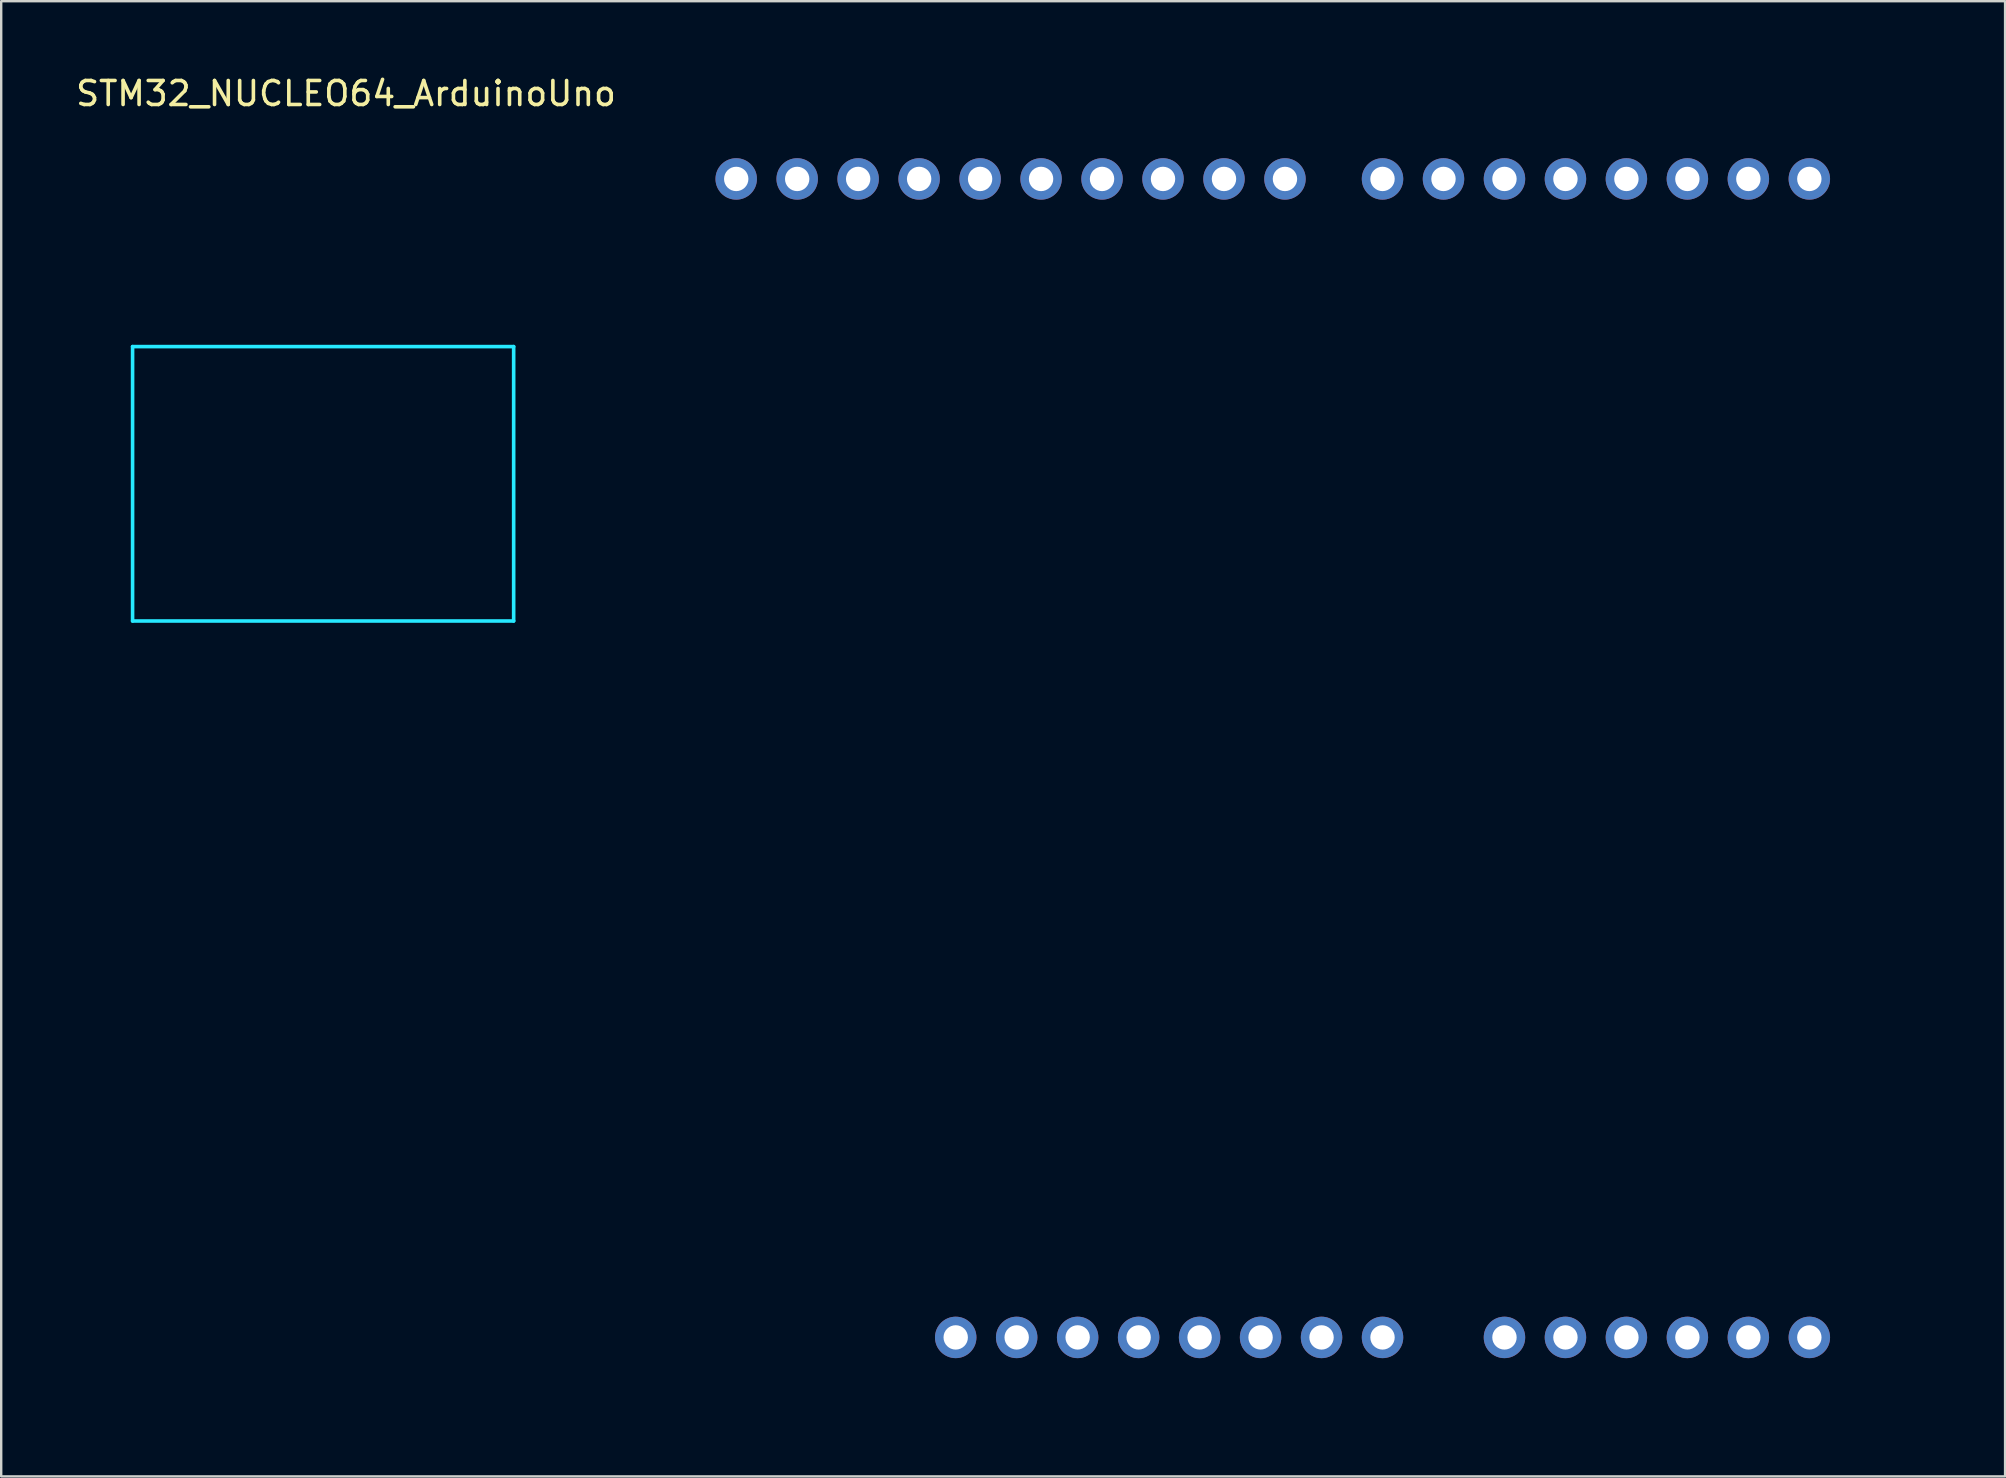
<source format=kicad_pcb>
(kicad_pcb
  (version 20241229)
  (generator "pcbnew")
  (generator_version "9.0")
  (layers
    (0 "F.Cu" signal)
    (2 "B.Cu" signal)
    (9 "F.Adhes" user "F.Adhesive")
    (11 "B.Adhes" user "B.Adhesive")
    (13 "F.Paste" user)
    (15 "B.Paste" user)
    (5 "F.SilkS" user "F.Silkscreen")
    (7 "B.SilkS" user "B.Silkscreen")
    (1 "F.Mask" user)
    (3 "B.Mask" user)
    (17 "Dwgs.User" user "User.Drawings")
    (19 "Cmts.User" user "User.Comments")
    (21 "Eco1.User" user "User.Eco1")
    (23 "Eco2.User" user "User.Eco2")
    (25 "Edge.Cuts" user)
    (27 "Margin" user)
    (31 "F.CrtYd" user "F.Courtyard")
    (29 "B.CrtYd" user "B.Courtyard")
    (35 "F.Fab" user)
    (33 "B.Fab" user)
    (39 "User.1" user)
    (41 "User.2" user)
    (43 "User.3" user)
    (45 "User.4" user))
  (footprint "STM32_NUCLEO64_ArduinoUno"
    (layer "F.Cu")
    (at 8.823 55.204)
    (property "Reference" "STM32_NUCLEO64_ArduinoUno" (at 2.54 -54.356 0) (layer "F.SilkS") (effects (font (size 1 1) (thickness 0.15))))
    (attr through_hole exclude_from_bom)
    (fp_line (start -6.35 -43.815) (end -6.35 -32.385) (stroke (width 0.15) (type solid)) (layer "B.CrtYd"))
    (fp_line (start 9.525 -43.815) (end -6.35 -43.815) (stroke (width 0.15) (type solid)) (layer "B.CrtYd"))
    (fp_line (start 9.525 -43.815) (end 9.525 -32.385) (stroke (width 0.15) (type solid)) (layer "B.CrtYd"))
    (fp_line (start 9.525 -32.385) (end -6.35 -32.385) (stroke (width 0.15) (type solid)) (layer "B.CrtYd"))
    (fp_line (start 0 -53.34) (end 0 0) (stroke (width 0.15) (type solid)) (layer "User.1"))
    (fp_line (start 0 -53.34) (end 64.516 -53.34) (stroke (width 0.15) (type solid)) (layer "User.1"))
    (fp_line (start 0 0) (end 66.04 0) (stroke (width 0.15) (type solid)) (layer "User.1"))
    (fp_line (start 64.516 -53.34) (end 66.04 -51.816) (stroke (width 0.15) (type solid)) (layer "User.1"))
    (fp_line (start 66.04 -40.64) (end 66.04 -51.816) (stroke (width 0.15) (type solid)) (layer "User.1"))
    (fp_line (start 66.04 -1.27) (end 68.58 -3.81) (stroke (width 0.15) (type solid)) (layer "User.1"))
    (fp_line (start 66.04 0) (end 66.04 -1.27) (stroke (width 0.15) (type solid)) (layer "User.1"))
    (fp_line (start 68.58 -38.1) (end 66.04 -40.64) (stroke (width 0.15) (type solid)) (layer "User.1"))
    (fp_line (start 68.58 -3.81) (end 68.58 -38.1) (stroke (width 0.15) (type solid)) (layer "User.1"))
    (pad "1" thru_hole oval (at 27.94 -2.54) (size 1.727 1.727) (drill 1.016) (layers "*.Cu" "*.Mask"))
    (pad "2" thru_hole oval (at 30.48 -2.54) (size 1.727 1.727) (drill 1.016) (layers "*.Cu" "*.Mask"))
    (pad "3" thru_hole oval (at 33.02 -2.54) (size 1.727 1.727) (drill 1.016) (layers "*.Cu" "*.Mask"))
    (pad "4" thru_hole oval (at 35.56 -2.54) (size 1.727 1.727) (drill 1.016) (layers "*.Cu" "*.Mask"))
    (pad "5" thru_hole oval (at 38.1 -2.54) (size 1.727 1.727) (drill 1.016) (layers "*.Cu" "*.Mask"))
    (pad "6" thru_hole oval (at 40.64 -2.54) (size 1.727 1.727) (drill 1.016) (layers "*.Cu" "*.Mask"))
    (pad "7" thru_hole oval (at 43.18 -2.54) (size 1.727 1.727) (drill 1.016) (layers "*.Cu" "*.Mask"))
    (pad "8" thru_hole oval (at 45.72 -2.54) (size 1.727 1.727) (drill 1.016) (layers "*.Cu" "*.Mask"))
    (pad "9" thru_hole oval (at 50.8 -2.54) (size 1.727 1.727) (drill 1.016) (layers "*.Cu" "*.Mask"))
    (pad "10" thru_hole oval (at 53.34 -2.54) (size 1.727 1.727) (drill 1.016) (layers "*.Cu" "*.Mask"))
    (pad "11" thru_hole oval (at 55.88 -2.54) (size 1.727 1.727) (drill 1.016) (layers "*.Cu" "*.Mask"))
    (pad "12" thru_hole oval (at 58.42 -2.54) (size 1.727 1.727) (drill 1.016) (layers "*.Cu" "*.Mask"))
    (pad "13" thru_hole oval (at 60.96 -2.54) (size 1.727 1.727) (drill 1.016) (layers "*.Cu" "*.Mask"))
    (pad "14" thru_hole oval (at 63.5 -2.54) (size 1.727 1.727) (drill 1.016) (layers "*.Cu" "*.Mask"))
    (pad "15" thru_hole oval (at 63.5 -50.8) (size 1.727 1.727) (drill 1.016) (layers "*.Cu" "*.Mask"))
    (pad "16" thru_hole oval (at 60.96 -50.8) (size 1.727 1.727) (drill 1.016) (layers "*.Cu" "*.Mask"))
    (pad "17" thru_hole oval (at 58.42 -50.8) (size 1.727 1.727) (drill 1.016) (layers "*.Cu" "*.Mask"))
    (pad "18" thru_hole oval (at 55.88 -50.8) (size 1.727 1.727) (drill 1.016) (layers "*.Cu" "*.Mask"))
    (pad "19" thru_hole oval (at 53.34 -50.8) (size 1.727 1.727) (drill 1.016) (layers "*.Cu" "*.Mask"))
    (pad "20" thru_hole oval (at 50.8 -50.8) (size 1.727 1.727) (drill 1.016) (layers "*.Cu" "*.Mask"))
    (pad "21" thru_hole oval (at 48.26 -50.8) (size 1.727 1.727) (drill 1.016) (layers "*.Cu" "*.Mask"))
    (pad "22" thru_hole oval (at 45.72 -50.8) (size 1.727 1.727) (drill 1.016) (layers "*.Cu" "*.Mask"))
    (pad "23" thru_hole oval (at 41.656 -50.8) (size 1.727 1.727) (drill 1.016) (layers "*.Cu" "*.Mask"))
    (pad "24" thru_hole oval (at 39.116 -50.8) (size 1.727 1.727) (drill 1.016) (layers "*.Cu" "*.Mask"))
    (pad "25" thru_hole oval (at 36.576 -50.8) (size 1.727 1.727) (drill 1.016) (layers "*.Cu" "*.Mask"))
    (pad "26" thru_hole oval (at 34.036 -50.8) (size 1.727 1.727) (drill 1.016) (layers "*.Cu" "*.Mask"))
    (pad "27" thru_hole oval (at 31.496 -50.8) (size 1.727 1.727) (drill 1.016) (layers "*.Cu" "*.Mask"))
    (pad "28" thru_hole oval (at 28.956 -50.8) (size 1.727 1.727) (drill 1.016) (layers "*.Cu" "*.Mask"))
    (pad "29" thru_hole oval (at 26.416 -50.8) (size 1.727 1.727) (drill 1.016) (layers "*.Cu" "*.Mask"))
    (pad "30" thru_hole oval (at 23.876 -50.8) (size 1.727 1.727) (drill 1.016) (layers "*.Cu" "*.Mask"))
    (pad "31" thru_hole oval (at 21.336 -50.8) (size 1.727 1.727) (drill 1.016) (layers "*.Cu" "*.Mask"))
    (pad "32" thru_hole oval (at 18.796 -50.8) (size 1.727 1.727) (drill 1.016) (layers "*.Cu" "*.Mask")))
  (gr_rect
    (start -3 -3)
    (end 80.478 58.454)
    (stroke (width 0.1) (type default))
    (fill no)
    (layer "Edge.Cuts")))
</source>
